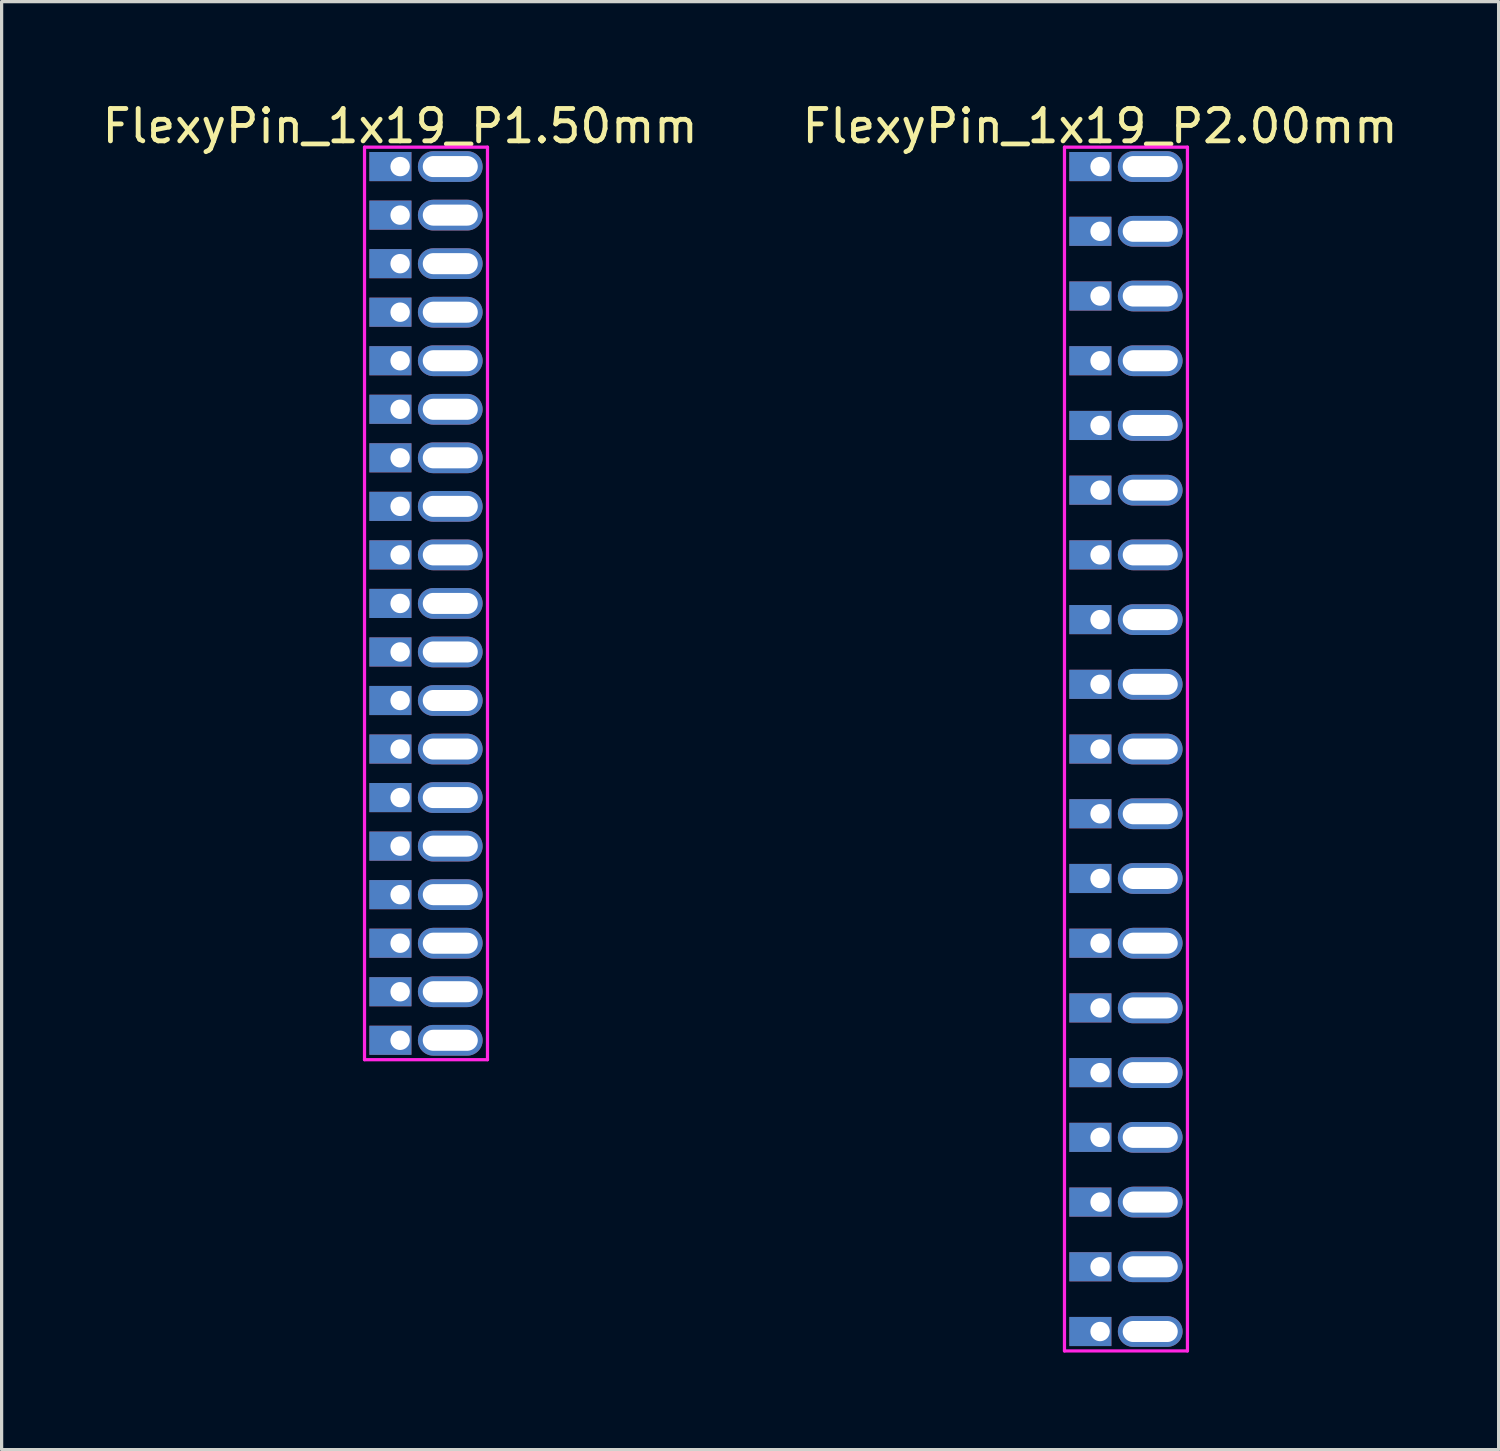
<source format=kicad_pcb>
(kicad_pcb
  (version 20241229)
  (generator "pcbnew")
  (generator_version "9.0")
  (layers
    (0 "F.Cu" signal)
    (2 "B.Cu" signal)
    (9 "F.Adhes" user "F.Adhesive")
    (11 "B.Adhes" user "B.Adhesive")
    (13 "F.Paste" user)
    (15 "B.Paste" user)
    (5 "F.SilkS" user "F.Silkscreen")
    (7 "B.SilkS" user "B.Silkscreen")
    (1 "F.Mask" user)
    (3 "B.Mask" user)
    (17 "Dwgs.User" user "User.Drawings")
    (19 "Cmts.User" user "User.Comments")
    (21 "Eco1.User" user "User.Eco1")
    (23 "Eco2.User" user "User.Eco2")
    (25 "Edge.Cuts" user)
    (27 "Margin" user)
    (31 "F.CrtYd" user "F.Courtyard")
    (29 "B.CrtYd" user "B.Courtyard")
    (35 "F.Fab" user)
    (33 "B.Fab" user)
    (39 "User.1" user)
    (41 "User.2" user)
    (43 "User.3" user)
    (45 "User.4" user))
  (footprint "FlexyPin_1x19_P2.00mm"
    (layer "F.Cu")
    (at 30.946 2.098)
    (property "Reference" "FlexyPin_1x19_P2.00mm" (at 0 -1.25 0) (layer "F.SilkS") (effects (font (size 1 1) (thickness 0.15))))
    (attr through_hole)
    (fp_line (start -1.1 -0.6) (end 2.7 -0.6) (stroke (width 0.1) (type solid)) (layer "F.CrtYd"))
    (fp_line (start -1.1 36.6) (end -1.1 -0.6) (stroke (width 0.1) (type solid)) (layer "F.CrtYd"))
    (fp_line (start 2.7 -0.6) (end 2.7 36.6) (stroke (width 0.1) (type solid)) (layer "F.CrtYd"))
    (fp_line (start 2.7 36.6) (end -1.1 36.6) (stroke (width 0.1) (type solid)) (layer "F.CrtYd"))
    (pad "" thru_hole oval (at 1.55 0) (size 2 0.95) (drill oval 1.7 0.65) (layers "*.Cu" "*.Mask"))
    (pad "" thru_hole oval (at 1.55 2) (size 2 0.95) (drill oval 1.7 0.65) (layers "*.Cu" "*.Mask"))
    (pad "" thru_hole oval (at 1.55 4) (size 2 0.95) (drill oval 1.7 0.65) (layers "*.Cu" "*.Mask"))
    (pad "" thru_hole oval (at 1.55 6) (size 2 0.95) (drill oval 1.7 0.65) (layers "*.Cu" "*.Mask"))
    (pad "" thru_hole oval (at 1.55 8) (size 2 0.95) (drill oval 1.7 0.65) (layers "*.Cu" "*.Mask"))
    (pad "" thru_hole oval (at 1.55 10) (size 2 0.95) (drill oval 1.7 0.65) (layers "*.Cu" "*.Mask"))
    (pad "" thru_hole oval (at 1.55 12) (size 2 0.95) (drill oval 1.7 0.65) (layers "*.Cu" "*.Mask"))
    (pad "" thru_hole oval (at 1.55 14) (size 2 0.95) (drill oval 1.7 0.65) (layers "*.Cu" "*.Mask"))
    (pad "" thru_hole oval (at 1.55 16) (size 2 0.95) (drill oval 1.7 0.65) (layers "*.Cu" "*.Mask"))
    (pad "" thru_hole oval (at 1.55 18) (size 2 0.95) (drill oval 1.7 0.65) (layers "*.Cu" "*.Mask"))
    (pad "" thru_hole oval (at 1.55 20) (size 2 0.95) (drill oval 1.7 0.65) (layers "*.Cu" "*.Mask"))
    (pad "" thru_hole oval (at 1.55 22) (size 2 0.95) (drill oval 1.7 0.65) (layers "*.Cu" "*.Mask"))
    (pad "" thru_hole oval (at 1.55 24) (size 2 0.95) (drill oval 1.7 0.65) (layers "*.Cu" "*.Mask"))
    (pad "" thru_hole oval (at 1.55 26) (size 2 0.95) (drill oval 1.7 0.65) (layers "*.Cu" "*.Mask"))
    (pad "" thru_hole oval (at 1.55 28) (size 2 0.95) (drill oval 1.7 0.65) (layers "*.Cu" "*.Mask"))
    (pad "" thru_hole oval (at 1.55 30) (size 2 0.95) (drill oval 1.7 0.65) (layers "*.Cu" "*.Mask"))
    (pad "" thru_hole oval (at 1.55 32) (size 2 0.95) (drill oval 1.7 0.65) (layers "*.Cu" "*.Mask"))
    (pad "" thru_hole oval (at 1.55 34) (size 2 0.95) (drill oval 1.7 0.65) (layers "*.Cu" "*.Mask"))
    (pad "" thru_hole oval (at 1.55 36) (size 2 0.95) (drill oval 1.7 0.65) (layers "*.Cu" "*.Mask"))
    (pad "1" thru_hole rect (at 0 0) (size 1.3 0.9) (drill 0.6 (offset -0.3 0)) (layers "*.Cu" "*.Mask"))
    (pad "2" thru_hole rect (at 0 2) (size 1.3 0.9) (drill 0.6 (offset -0.3 0)) (layers "*.Cu" "*.Mask"))
    (pad "3" thru_hole rect (at 0 4) (size 1.3 0.9) (drill 0.6 (offset -0.3 0)) (layers "*.Cu" "*.Mask"))
    (pad "4" thru_hole rect (at 0 6) (size 1.3 0.9) (drill 0.6 (offset -0.3 0)) (layers "*.Cu" "*.Mask"))
    (pad "5" thru_hole rect (at 0 8) (size 1.3 0.9) (drill 0.6 (offset -0.3 0)) (layers "*.Cu" "*.Mask"))
    (pad "6" thru_hole rect (at 0 10) (size 1.3 0.9) (drill 0.6 (offset -0.3 0)) (layers "*.Cu" "*.Mask"))
    (pad "7" thru_hole rect (at 0 12) (size 1.3 0.9) (drill 0.6 (offset -0.3 0)) (layers "*.Cu" "*.Mask"))
    (pad "8" thru_hole rect (at 0 14) (size 1.3 0.9) (drill 0.6 (offset -0.3 0)) (layers "*.Cu" "*.Mask"))
    (pad "9" thru_hole rect (at 0 16) (size 1.3 0.9) (drill 0.6 (offset -0.3 0)) (layers "*.Cu" "*.Mask"))
    (pad "10" thru_hole rect (at 0 18) (size 1.3 0.9) (drill 0.6 (offset -0.3 0)) (layers "*.Cu" "*.Mask"))
    (pad "11" thru_hole rect (at 0 20) (size 1.3 0.9) (drill 0.6 (offset -0.3 0)) (layers "*.Cu" "*.Mask"))
    (pad "12" thru_hole rect (at 0 22) (size 1.3 0.9) (drill 0.6 (offset -0.3 0)) (layers "*.Cu" "*.Mask"))
    (pad "13" thru_hole rect (at 0 24) (size 1.3 0.9) (drill 0.6 (offset -0.3 0)) (layers "*.Cu" "*.Mask"))
    (pad "14" thru_hole rect (at 0 26) (size 1.3 0.9) (drill 0.6 (offset -0.3 0)) (layers "*.Cu" "*.Mask"))
    (pad "15" thru_hole rect (at 0 28) (size 1.3 0.9) (drill 0.6 (offset -0.3 0)) (layers "*.Cu" "*.Mask"))
    (pad "16" thru_hole rect (at 0 30) (size 1.3 0.9) (drill 0.6 (offset -0.3 0)) (layers "*.Cu" "*.Mask"))
    (pad "17" thru_hole rect (at 0 32) (size 1.3 0.9) (drill 0.6 (offset -0.3 0)) (layers "*.Cu" "*.Mask"))
    (pad "18" thru_hole rect (at 0 34) (size 1.3 0.9) (drill 0.6 (offset -0.3 0)) (layers "*.Cu" "*.Mask"))
    (pad "19" thru_hole rect (at 0 36) (size 1.3 0.9) (drill 0.6 (offset -0.3 0)) (layers "*.Cu" "*.Mask")))
  (footprint "FlexyPin_1x19_P1.50mm"
    (layer "F.Cu")
    (at 9.315 2.098)
    (property "Reference" "FlexyPin_1x19_P1.50mm" (at 0 -1.25 0) (layer "F.SilkS") (effects (font (size 1 1) (thickness 0.15))))
    (attr through_hole)
    (fp_line (start -1.1 -0.6) (end 2.7 -0.6) (stroke (width 0.1) (type solid)) (layer "F.CrtYd"))
    (fp_line (start -1.1 27.6) (end -1.1 -0.6) (stroke (width 0.1) (type solid)) (layer "F.CrtYd"))
    (fp_line (start 2.7 -0.6) (end 2.7 27.6) (stroke (width 0.1) (type solid)) (layer "F.CrtYd"))
    (fp_line (start 2.7 27.6) (end -1.1 27.6) (stroke (width 0.1) (type solid)) (layer "F.CrtYd"))
    (pad "" thru_hole oval (at 1.55 0) (size 2 0.95) (drill oval 1.7 0.65) (layers "*.Cu" "*.Mask"))
    (pad "" thru_hole oval (at 1.55 1.5) (size 2 0.95) (drill oval 1.7 0.65) (layers "*.Cu" "*.Mask"))
    (pad "" thru_hole oval (at 1.55 3) (size 2 0.95) (drill oval 1.7 0.65) (layers "*.Cu" "*.Mask"))
    (pad "" thru_hole oval (at 1.55 4.5) (size 2 0.95) (drill oval 1.7 0.65) (layers "*.Cu" "*.Mask"))
    (pad "" thru_hole oval (at 1.55 6) (size 2 0.95) (drill oval 1.7 0.65) (layers "*.Cu" "*.Mask"))
    (pad "" thru_hole oval (at 1.55 7.5) (size 2 0.95) (drill oval 1.7 0.65) (layers "*.Cu" "*.Mask"))
    (pad "" thru_hole oval (at 1.55 9) (size 2 0.95) (drill oval 1.7 0.65) (layers "*.Cu" "*.Mask"))
    (pad "" thru_hole oval (at 1.55 10.5) (size 2 0.95) (drill oval 1.7 0.65) (layers "*.Cu" "*.Mask"))
    (pad "" thru_hole oval (at 1.55 12) (size 2 0.95) (drill oval 1.7 0.65) (layers "*.Cu" "*.Mask"))
    (pad "" thru_hole oval (at 1.55 13.5) (size 2 0.95) (drill oval 1.7 0.65) (layers "*.Cu" "*.Mask"))
    (pad "" thru_hole oval (at 1.55 15) (size 2 0.95) (drill oval 1.7 0.65) (layers "*.Cu" "*.Mask"))
    (pad "" thru_hole oval (at 1.55 16.5) (size 2 0.95) (drill oval 1.7 0.65) (layers "*.Cu" "*.Mask"))
    (pad "" thru_hole oval (at 1.55 18) (size 2 0.95) (drill oval 1.7 0.65) (layers "*.Cu" "*.Mask"))
    (pad "" thru_hole oval (at 1.55 19.5) (size 2 0.95) (drill oval 1.7 0.65) (layers "*.Cu" "*.Mask"))
    (pad "" thru_hole oval (at 1.55 21) (size 2 0.95) (drill oval 1.7 0.65) (layers "*.Cu" "*.Mask"))
    (pad "" thru_hole oval (at 1.55 22.5) (size 2 0.95) (drill oval 1.7 0.65) (layers "*.Cu" "*.Mask"))
    (pad "" thru_hole oval (at 1.55 24) (size 2 0.95) (drill oval 1.7 0.65) (layers "*.Cu" "*.Mask"))
    (pad "" thru_hole oval (at 1.55 25.5) (size 2 0.95) (drill oval 1.7 0.65) (layers "*.Cu" "*.Mask"))
    (pad "" thru_hole oval (at 1.55 27) (size 2 0.95) (drill oval 1.7 0.65) (layers "*.Cu" "*.Mask"))
    (pad "1" thru_hole rect (at 0 0) (size 1.3 0.9) (drill 0.6 (offset -0.3 0)) (layers "*.Cu" "*.Mask"))
    (pad "2" thru_hole rect (at 0 1.5) (size 1.3 0.9) (drill 0.6 (offset -0.3 0)) (layers "*.Cu" "*.Mask"))
    (pad "3" thru_hole rect (at 0 3) (size 1.3 0.9) (drill 0.6 (offset -0.3 0)) (layers "*.Cu" "*.Mask"))
    (pad "4" thru_hole rect (at 0 4.5) (size 1.3 0.9) (drill 0.6 (offset -0.3 0)) (layers "*.Cu" "*.Mask"))
    (pad "5" thru_hole rect (at 0 6) (size 1.3 0.9) (drill 0.6 (offset -0.3 0)) (layers "*.Cu" "*.Mask"))
    (pad "6" thru_hole rect (at 0 7.5) (size 1.3 0.9) (drill 0.6 (offset -0.3 0)) (layers "*.Cu" "*.Mask"))
    (pad "7" thru_hole rect (at 0 9) (size 1.3 0.9) (drill 0.6 (offset -0.3 0)) (layers "*.Cu" "*.Mask"))
    (pad "8" thru_hole rect (at 0 10.5) (size 1.3 0.9) (drill 0.6 (offset -0.3 0)) (layers "*.Cu" "*.Mask"))
    (pad "9" thru_hole rect (at 0 12) (size 1.3 0.9) (drill 0.6 (offset -0.3 0)) (layers "*.Cu" "*.Mask"))
    (pad "10" thru_hole rect (at 0 13.5) (size 1.3 0.9) (drill 0.6 (offset -0.3 0)) (layers "*.Cu" "*.Mask"))
    (pad "11" thru_hole rect (at 0 15) (size 1.3 0.9) (drill 0.6 (offset -0.3 0)) (layers "*.Cu" "*.Mask"))
    (pad "12" thru_hole rect (at 0 16.5) (size 1.3 0.9) (drill 0.6 (offset -0.3 0)) (layers "*.Cu" "*.Mask"))
    (pad "13" thru_hole rect (at 0 18) (size 1.3 0.9) (drill 0.6 (offset -0.3 0)) (layers "*.Cu" "*.Mask"))
    (pad "14" thru_hole rect (at 0 19.5) (size 1.3 0.9) (drill 0.6 (offset -0.3 0)) (layers "*.Cu" "*.Mask"))
    (pad "15" thru_hole rect (at 0 21) (size 1.3 0.9) (drill 0.6 (offset -0.3 0)) (layers "*.Cu" "*.Mask"))
    (pad "16" thru_hole rect (at 0 22.5) (size 1.3 0.9) (drill 0.6 (offset -0.3 0)) (layers "*.Cu" "*.Mask"))
    (pad "17" thru_hole rect (at 0 24) (size 1.3 0.9) (drill 0.6 (offset -0.3 0)) (layers "*.Cu" "*.Mask"))
    (pad "18" thru_hole rect (at 0 25.5) (size 1.3 0.9) (drill 0.6 (offset -0.3 0)) (layers "*.Cu" "*.Mask"))
    (pad "19" thru_hole rect (at 0 27) (size 1.3 0.9) (drill 0.6 (offset -0.3 0)) (layers "*.Cu" "*.Mask")))
  (gr_rect
    (start -3 -3)
    (end 43.262 41.748)
    (stroke (width 0.1) (type default))
    (fill no)
    (layer "Edge.Cuts")))
</source>
